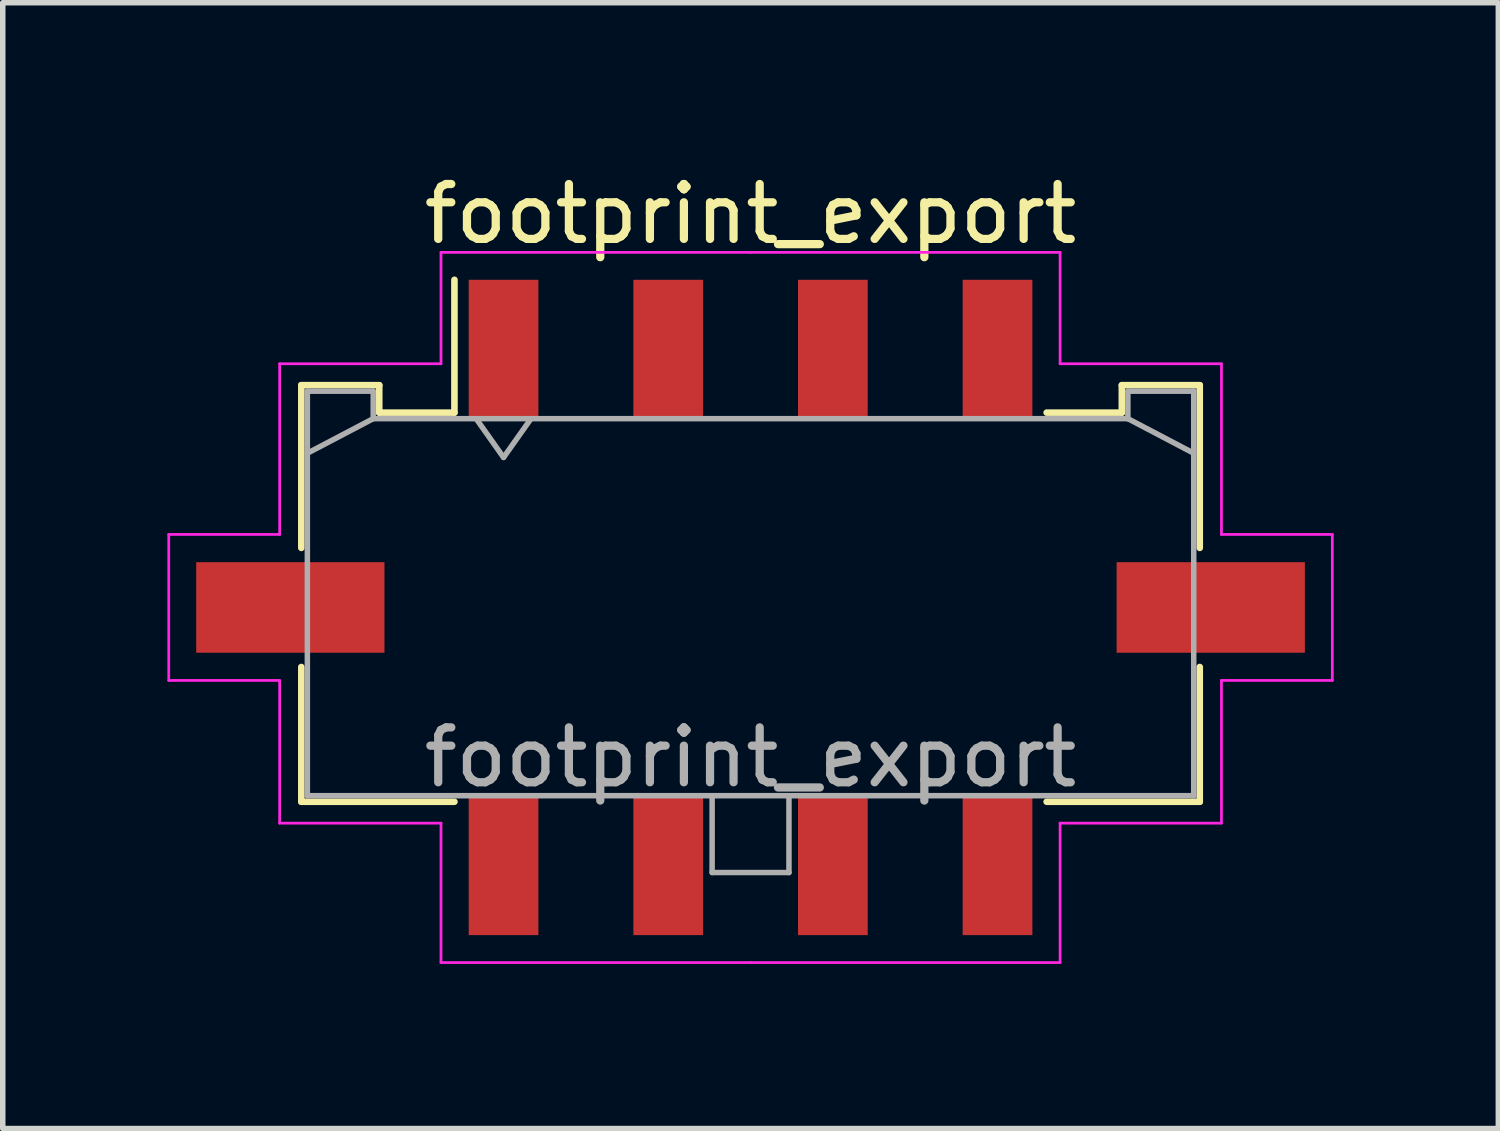
<source format=kicad_pcb>
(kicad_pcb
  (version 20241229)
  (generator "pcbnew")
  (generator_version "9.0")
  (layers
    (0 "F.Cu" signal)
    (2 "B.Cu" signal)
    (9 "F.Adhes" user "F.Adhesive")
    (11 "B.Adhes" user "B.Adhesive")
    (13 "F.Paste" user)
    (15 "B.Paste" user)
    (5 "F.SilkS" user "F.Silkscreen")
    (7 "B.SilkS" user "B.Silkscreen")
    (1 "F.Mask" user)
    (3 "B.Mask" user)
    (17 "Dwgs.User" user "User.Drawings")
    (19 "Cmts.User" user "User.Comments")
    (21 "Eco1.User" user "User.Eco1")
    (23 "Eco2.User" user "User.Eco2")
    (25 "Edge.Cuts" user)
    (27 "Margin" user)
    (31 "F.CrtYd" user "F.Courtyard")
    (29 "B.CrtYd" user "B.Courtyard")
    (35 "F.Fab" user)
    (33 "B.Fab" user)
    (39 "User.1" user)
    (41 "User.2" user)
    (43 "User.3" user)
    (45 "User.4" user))
  (footprint "footprint_export"
    (layer "F.Cu")
    (at 10.625 8.018)
    (property "Reference" "footprint_export" (at 0 -7.17 0) (layer "F.SilkS") (effects (font (size 1 1) (thickness 0.15))))
    (attr smd)
    (fp_line (start -8.185 -4.05) (end -6.765 -4.05) (stroke (width 0.12) (type solid)) (layer "F.SilkS"))
    (fp_line (start -8.185 -1.085) (end -8.185 -4.05) (stroke (width 0.12) (type solid)) (layer "F.SilkS"))
    (fp_line (start -8.185 1.085) (end -8.185 3.54) (stroke (width 0.12) (type solid)) (layer "F.SilkS"))
    (fp_line (start -8.185 3.54) (end -5.395 3.54) (stroke (width 0.12) (type solid)) (layer "F.SilkS"))
    (fp_line (start -6.765 -4.05) (end -6.765 -3.55) (stroke (width 0.12) (type solid)) (layer "F.SilkS"))
    (fp_line (start -6.765 -3.55) (end -5.395 -3.55) (stroke (width 0.12) (type solid)) (layer "F.SilkS"))
    (fp_line (start -5.395 -3.55) (end -5.395 -5.97) (stroke (width 0.12) (type solid)) (layer "F.SilkS"))
    (fp_line (start 6.765 -4.05) (end 6.765 -3.55) (stroke (width 0.12) (type solid)) (layer "F.SilkS"))
    (fp_line (start 6.765 -3.55) (end 5.395 -3.55) (stroke (width 0.12) (type solid)) (layer "F.SilkS"))
    (fp_line (start 8.185 -4.05) (end 6.765 -4.05) (stroke (width 0.12) (type solid)) (layer "F.SilkS"))
    (fp_line (start 8.185 -1.085) (end 8.185 -4.05) (stroke (width 0.12) (type solid)) (layer "F.SilkS"))
    (fp_line (start 8.185 1.085) (end 8.185 3.54) (stroke (width 0.12) (type solid)) (layer "F.SilkS"))
    (fp_line (start 8.185 3.54) (end 5.395 3.54) (stroke (width 0.12) (type solid)) (layer "F.SilkS"))
    (fp_line (start -10.6 -1.33) (end -10.6 1.33) (stroke (width 0.05) (type solid)) (layer "F.CrtYd"))
    (fp_line (start -10.6 1.33) (end -8.58 1.33) (stroke (width 0.05) (type solid)) (layer "F.CrtYd"))
    (fp_line (start -8.58 -4.44) (end -8.58 -1.33) (stroke (width 0.05) (type solid)) (layer "F.CrtYd"))
    (fp_line (start -8.58 -1.33) (end -10.6 -1.33) (stroke (width 0.05) (type solid)) (layer "F.CrtYd"))
    (fp_line (start -8.58 1.33) (end -8.58 3.93) (stroke (width 0.05) (type solid)) (layer "F.CrtYd"))
    (fp_line (start -8.58 3.93) (end -5.64 3.93) (stroke (width 0.05) (type solid)) (layer "F.CrtYd"))
    (fp_line (start -5.64 -6.47) (end -5.64 -4.44) (stroke (width 0.05) (type solid)) (layer "F.CrtYd"))
    (fp_line (start -5.64 -4.44) (end -8.58 -4.44) (stroke (width 0.05) (type solid)) (layer "F.CrtYd"))
    (fp_line (start -5.64 3.93) (end -5.64 6.47) (stroke (width 0.05) (type solid)) (layer "F.CrtYd"))
    (fp_line (start -5.64 6.47) (end 0 6.47) (stroke (width 0.05) (type solid)) (layer "F.CrtYd"))
    (fp_line (start 0 -6.47) (end -5.64 -6.47) (stroke (width 0.05) (type solid)) (layer "F.CrtYd"))
    (fp_line (start 0 -6.47) (end 5.64 -6.47) (stroke (width 0.05) (type solid)) (layer "F.CrtYd"))
    (fp_line (start 5.64 -6.47) (end 5.64 -4.44) (stroke (width 0.05) (type solid)) (layer "F.CrtYd"))
    (fp_line (start 5.64 -4.44) (end 8.58 -4.44) (stroke (width 0.05) (type solid)) (layer "F.CrtYd"))
    (fp_line (start 5.64 3.93) (end 5.64 6.47) (stroke (width 0.05) (type solid)) (layer "F.CrtYd"))
    (fp_line (start 5.64 6.47) (end 0 6.47) (stroke (width 0.05) (type solid)) (layer "F.CrtYd"))
    (fp_line (start 8.58 -4.44) (end 8.58 -1.33) (stroke (width 0.05) (type solid)) (layer "F.CrtYd"))
    (fp_line (start 8.58 -1.33) (end 10.6 -1.33) (stroke (width 0.05) (type solid)) (layer "F.CrtYd"))
    (fp_line (start 8.58 1.33) (end 8.58 3.93) (stroke (width 0.05) (type solid)) (layer "F.CrtYd"))
    (fp_line (start 8.58 3.93) (end 5.64 3.93) (stroke (width 0.05) (type solid)) (layer "F.CrtYd"))
    (fp_line (start 10.6 -1.33) (end 10.6 1.33) (stroke (width 0.05) (type solid)) (layer "F.CrtYd"))
    (fp_line (start 10.6 1.33) (end 8.58 1.33) (stroke (width 0.05) (type solid)) (layer "F.CrtYd"))
    (fp_line (start -8.075 -3.94) (end -8.075 3.43) (stroke (width 0.1) (type solid)) (layer "F.Fab"))
    (fp_line (start -8.075 -2.81) (end -6.875 -3.44) (stroke (width 0.1) (type solid)) (layer "F.Fab"))
    (fp_line (start -8.075 3.43) (end 8.075 3.43) (stroke (width 0.1) (type solid)) (layer "F.Fab"))
    (fp_line (start -6.875 -3.94) (end -8.075 -3.94) (stroke (width 0.1) (type solid)) (layer "F.Fab"))
    (fp_line (start -6.875 -3.44) (end -6.875 -3.94) (stroke (width 0.1) (type solid)) (layer "F.Fab"))
    (fp_line (start -5 -3.44) (end -4.5 -2.733) (stroke (width 0.1) (type solid)) (layer "F.Fab"))
    (fp_line (start -4.5 -2.733) (end -4 -3.44) (stroke (width 0.1) (type solid)) (layer "F.Fab"))
    (fp_line (start -0.7 3.43) (end -0.7 4.83) (stroke (width 0.1) (type solid)) (layer "F.Fab"))
    (fp_line (start -0.7 4.83) (end 0.7 4.83) (stroke (width 0.1) (type solid)) (layer "F.Fab"))
    (fp_line (start 0.7 4.83) (end 0.7 3.43) (stroke (width 0.1) (type solid)) (layer "F.Fab"))
    (fp_line (start 6.875 -3.94) (end 6.875 -3.44) (stroke (width 0.1) (type solid)) (layer "F.Fab"))
    (fp_line (start 6.875 -3.44) (end -6.875 -3.44) (stroke (width 0.1) (type solid)) (layer "F.Fab"))
    (fp_line (start 8.075 -3.94) (end 6.875 -3.94) (stroke (width 0.1) (type solid)) (layer "F.Fab"))
    (fp_line (start 8.075 -2.81) (end 6.875 -3.44) (stroke (width 0.1) (type solid)) (layer "F.Fab"))
    (fp_line (start 8.075 3.43) (end 8.075 -3.94) (stroke (width 0.1) (type solid)) (layer "F.Fab"))
    (fp_text user "${REFERENCE}" (at 0 2.73 0) (layer "F.Fab") (effects (font (size 1 1) (thickness 0.15))))
    (pad "1" smd rect (at -4.5 -4.7) (size 1.27 2.54) (layers "F.Cu" "F.Mask" "F.Paste"))
    (pad "2" smd rect (at -1.5 -4.7) (size 1.27 2.54) (layers "F.Cu" "F.Mask" "F.Paste"))
    (pad "3" smd rect (at 1.5 -4.7) (size 1.27 2.54) (layers "F.Cu" "F.Mask" "F.Paste"))
    (pad "4" smd rect (at 4.5 -4.7) (size 1.27 2.54) (layers "F.Cu" "F.Mask" "F.Paste"))
    (pad "5" smd rect (at -4.5 4.7) (size 1.27 2.54) (layers "F.Cu" "F.Mask" "F.Paste"))
    (pad "6" smd rect (at -1.5 4.7) (size 1.27 2.54) (layers "F.Cu" "F.Mask" "F.Paste"))
    (pad "7" smd rect (at 1.5 4.7) (size 1.27 2.54) (layers "F.Cu" "F.Mask" "F.Paste"))
    (pad "8" smd rect (at 4.5 4.7) (size 1.27 2.54) (layers "F.Cu" "F.Mask" "F.Paste"))
    (pad "MP" smd rect (at -8.385 0) (size 3.43 1.65) (layers "F.Cu" "F.Mask" "F.Paste"))
    (pad "MP" smd rect (at 8.385 0) (size 3.43 1.65) (layers "F.Cu" "F.Mask" "F.Paste")))
  (gr_rect
    (start -3 -3)
    (end 24.25 17.513)
    (stroke (width 0.1) (type default))
    (fill no)
    (layer "Edge.Cuts")))
</source>
